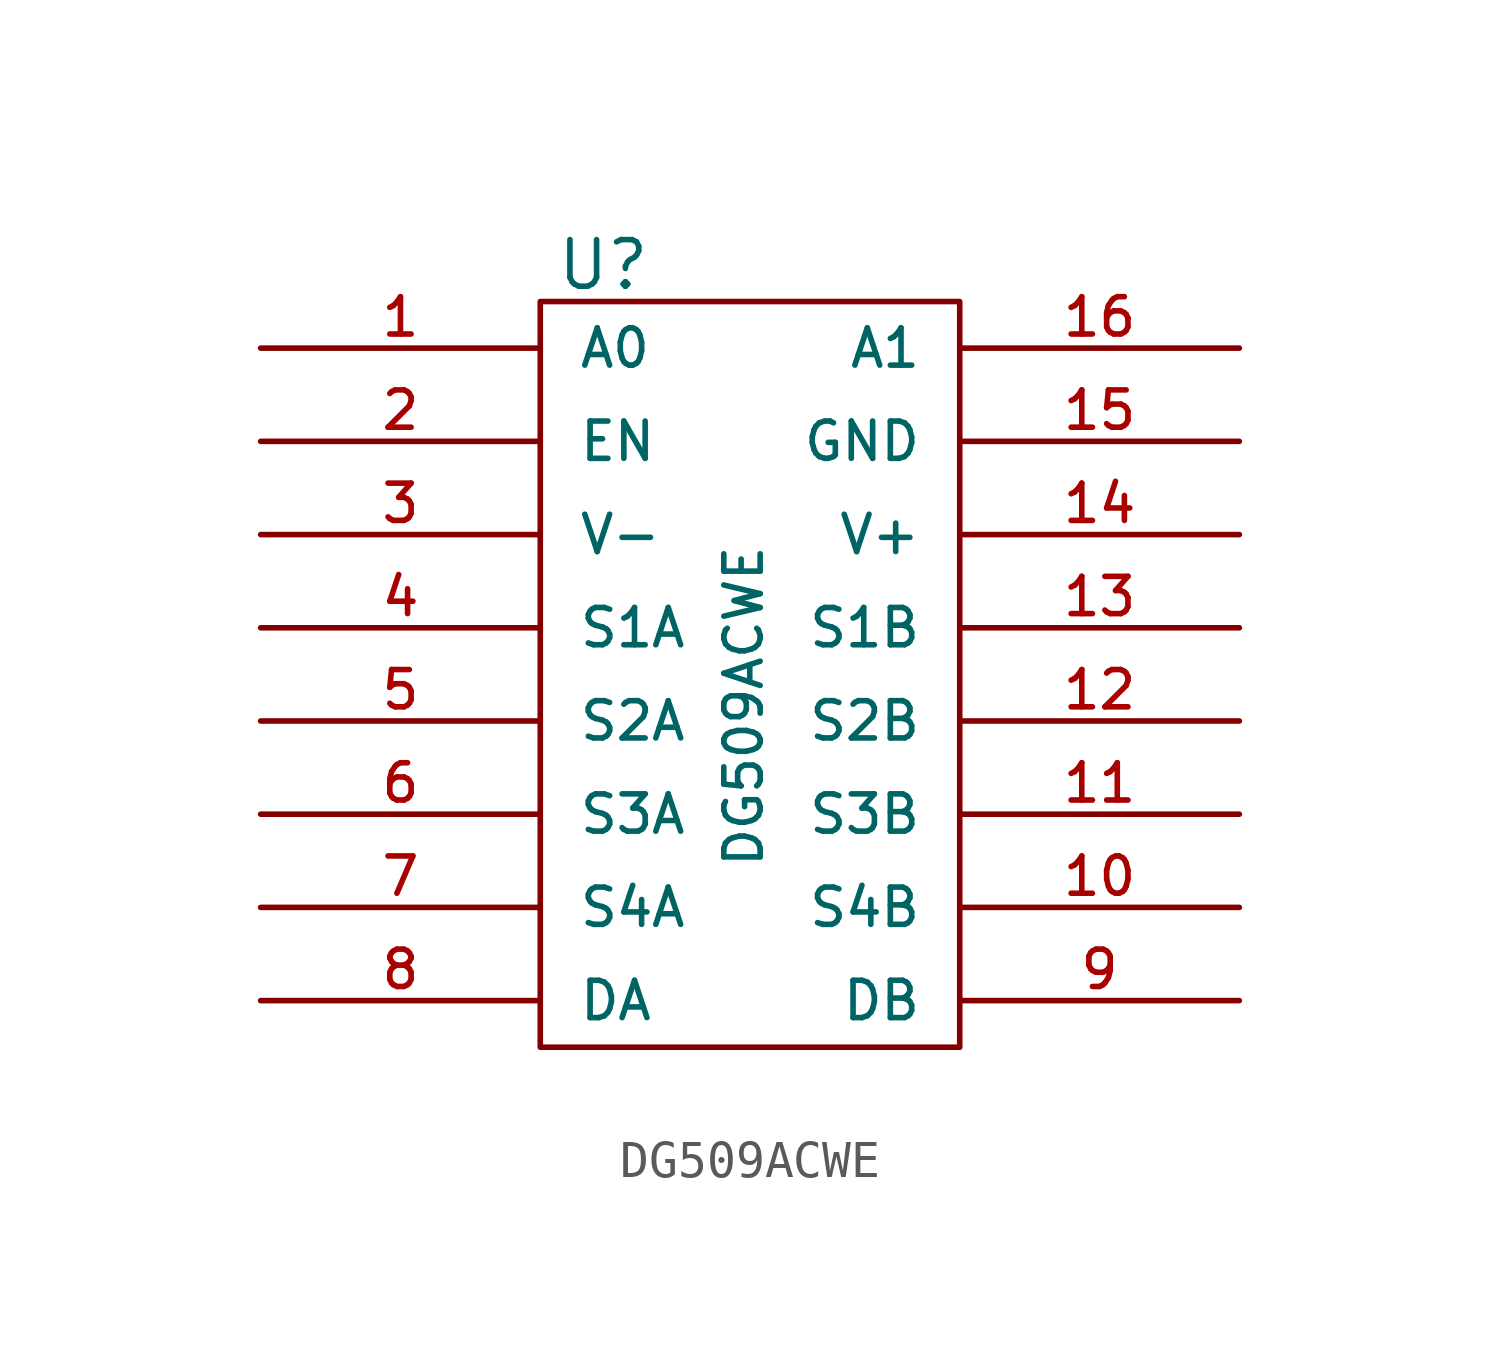
<source format=kicad_sym>
(kicad_symbol_lib
  (version 20211014)
  (generator kicad_symbol_editor)
  (symbol "DG509ACWE"
    (pin_names
      (offset 1.016))
    (property "Reference" "U"
      (at 8.026 1.524 0)
      (effects (font (size 1.27 1.27)) (justify left bottom)))
    (property "Value" "DG509ACWE"
      (at 13.741 -14.199 90)
      (effects (font (size 0.991 0.991)) (justify left bottom)))
    (symbol "DG509ACWE_0_0"
      (pin input line (at 0 0 0) (length 7.62) (name "A0" (effects (font (size 1.016 1.016)))) (number "1" (effects (font (size 1.016 1.016)))))
      (pin passive line (at 26.67 -15.24 180) (length 7.62) (name "S4B" (effects (font (size 1.016 1.016)))) (number "10" (effects (font (size 1.016 1.016)))))
      (pin passive line (at 26.67 -12.7 180) (length 7.62) (name "S3B" (effects (font (size 1.016 1.016)))) (number "11" (effects (font (size 1.016 1.016)))))
      (pin passive line (at 26.67 -10.16 180) (length 7.62) (name "S2B" (effects (font (size 1.016 1.016)))) (number "12" (effects (font (size 1.016 1.016)))))
      (pin passive line (at 26.67 -7.62 180) (length 7.62) (name "S1B" (effects (font (size 1.016 1.016)))) (number "13" (effects (font (size 1.016 1.016)))))
      (pin power_in line (at 26.67 -5.08 180) (length 7.62) (name "V+" (effects (font (size 1.016 1.016)))) (number "14" (effects (font (size 1.016 1.016)))))
      (pin power_in line (at 26.67 -2.54 180) (length 7.62) (name "GND" (effects (font (size 1.016 1.016)))) (number "15" (effects (font (size 1.016 1.016)))))
      (pin input line (at 26.67 0 180) (length 7.62) (name "A1" (effects (font (size 1.016 1.016)))) (number "16" (effects (font (size 1.016 1.016)))))
      (pin input line (at 0 -2.54 0) (length 7.62) (name "EN" (effects (font (size 1.016 1.016)))) (number "2" (effects (font (size 1.016 1.016)))))
      (pin power_in line (at 0 -5.08 0) (length 7.62) (name "V-" (effects (font (size 1.016 1.016)))) (number "3" (effects (font (size 1.016 1.016)))))
      (pin passive line (at 0 -7.62 0) (length 7.62) (name "S1A" (effects (font (size 1.016 1.016)))) (number "4" (effects (font (size 1.016 1.016)))))
      (pin passive line (at 0 -10.16 0) (length 7.62) (name "S2A" (effects (font (size 1.016 1.016)))) (number "5" (effects (font (size 1.016 1.016)))))
      (pin passive line (at 0 -12.7 0) (length 7.62) (name "S3A" (effects (font (size 1.016 1.016)))) (number "6" (effects (font (size 1.016 1.016)))))
      (pin passive line (at 0 -15.24 0) (length 7.62) (name "S4A" (effects (font (size 1.016 1.016)))) (number "7" (effects (font (size 1.016 1.016)))))
      (pin passive line (at 0 -17.78 0) (length 7.62) (name "DA" (effects (font (size 1.016 1.016)))) (number "8" (effects (font (size 1.016 1.016)))))
      (pin passive line (at 26.67 -17.78 180) (length 7.62) (name "DB" (effects (font (size 1.016 1.016)))) (number "9" (effects (font (size 1.016 1.016))))))
    (symbol "DG509ACWE_1_1"
      (rectangle (start 7.62 1.27) (end 19.05 -19.05) (stroke (width 0) (type default) (color 0 0 0 0)) (fill (type none))))))
</source>
